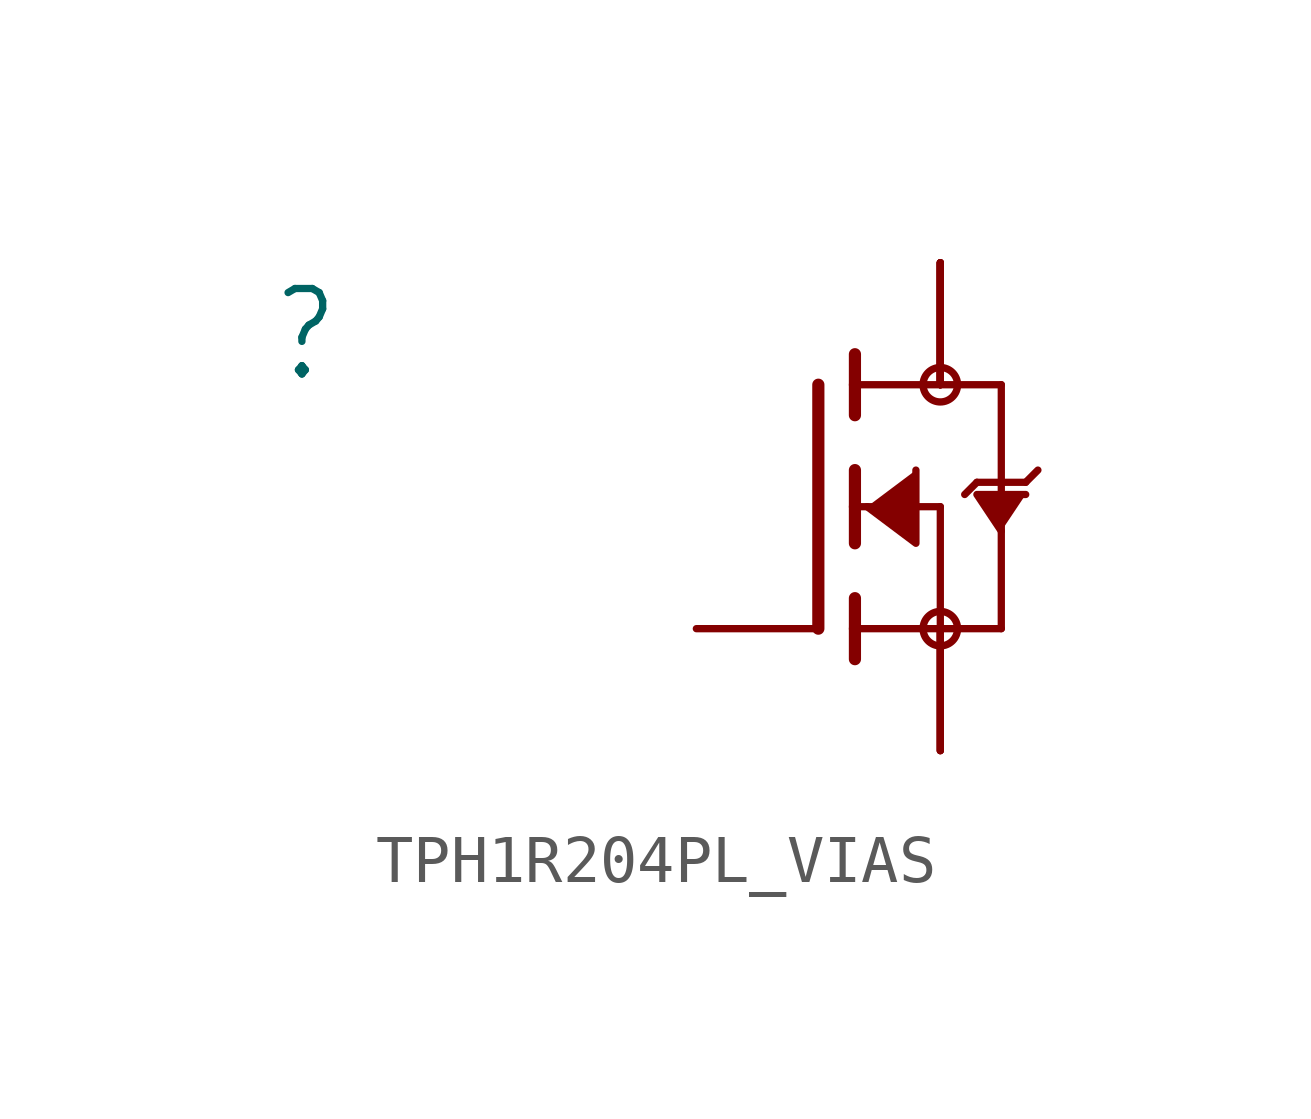
<source format=kicad_sym>
(kicad_symbol_lib
  (version 20241209)
  (generator "kicad_symbol_editor")
  (generator_version "9.0")
  (symbol "TPH1R204PL_VIAS"
    (property "Reference" ""
      (at -11.43 2.54 0)
      (effects (font (size 1.778 1.511)) (justify left bottom)))
    (property "Value" ""
      (at -11.43 0 0)
      (effects (font (size 1.778 1.511)) (justify left bottom)))
    (property "ki_locked" ""
      (at 0 0 0)
      (effects (font (size 1.27 1.27))))
    (symbol "TPH1R204PL_VIAS_1_0"
      (polyline (pts (xy 0 2.54) (xy 0 -2.54)) (stroke (width 0.254) (type solid)) (fill (type none)))
      (polyline (pts (xy 0.762 3.175) (xy 0.762 2.54)) (stroke (width 0.254) (type solid)) (fill (type none)))
      (polyline (pts (xy 0.762 2.54) (xy 0.762 1.905)) (stroke (width 0.254) (type solid)) (fill (type none)))
      (polyline (pts (xy 0.762 2.54) (xy 3.81 2.54)) (stroke (width 0.152) (type solid)) (fill (type none)))
      (polyline (pts (xy 0.762 0.762) (xy 0.762 0)) (stroke (width 0.254) (type solid)) (fill (type none)))
      (polyline (pts (xy 0.762 0) (xy 0.762 -0.762)) (stroke (width 0.254) (type solid)) (fill (type none)))
      (polyline (pts (xy 0.762 0) (xy 2.54 0)) (stroke (width 0.152) (type solid)) (fill (type none)))
      (polyline (pts (xy 0.762 -1.905) (xy 0.762 -2.54)) (stroke (width 0.254) (type solid)) (fill (type none)))
      (polyline (pts (xy 0.762 -2.54) (xy 0.762 -3.175)) (stroke (width 0.254) (type solid)) (fill (type none)))
      (polyline (pts (xy 1.016 0) (xy 2.032 -0.762) (xy 2.032 0.762)) (stroke (width 0.152) (type solid)) (fill (type outline)))
      (circle (center 2.54 2.54) (radius 0.359) (stroke (width 0) (type solid)) (fill (type none)))
      (polyline (pts (xy 2.54 0) (xy 2.54 -2.54)) (stroke (width 0.152) (type solid)) (fill (type none)))
      (polyline (pts (xy 2.54 -2.54) (xy 0.762 -2.54)) (stroke (width 0.152) (type solid)) (fill (type none)))
      (polyline (pts (xy 2.54 -2.54) (xy 3.81 -2.54)) (stroke (width 0.152) (type solid)) (fill (type none)))
      (circle (center 2.54 -2.54) (radius 0.359) (stroke (width 0) (type solid)) (fill (type none)))
      (polyline (pts (xy 3.302 0.508) (xy 3.048 0.254)) (stroke (width 0.152) (type solid)) (fill (type none)))
      (polyline (pts (xy 3.81 2.54) (xy 3.81 0.508)) (stroke (width 0.152) (type solid)) (fill (type none)))
      (polyline (pts (xy 3.81 0.508) (xy 3.302 0.508)) (stroke (width 0.152) (type solid)) (fill (type none)))
      (polyline (pts (xy 3.81 0.508) (xy 3.81 -2.54)) (stroke (width 0.152) (type solid)) (fill (type none)))
      (polyline (pts (xy 3.81 -0.508) (xy 3.302 0.254) (xy 4.318 0.254)) (stroke (width 0.152) (type solid)) (fill (type outline)))
      (polyline (pts (xy 4.318 0.508) (xy 3.81 0.508)) (stroke (width 0.152) (type solid)) (fill (type none)))
      (polyline (pts (xy 4.572 0.762) (xy 4.318 0.508)) (stroke (width 0.152) (type solid)) (fill (type none)))
      (pin passive line (at -2.54 -2.54 0) (length 2.54) (name "G" (effects (font (size 0 0)))) (number "4" (effects (font (size 0 0)))))
      (pin passive line (at 2.54 5.08 270) (length 2.54) (name "D" (effects (font (size 0 0)))) (number "5" (effects (font (size 0 0)))))
      (pin passive line (at 2.54 5.08 270) (length 2.54) (name "D" (effects (font (size 0 0)))) (number "6" (effects (font (size 0 0)))))
      (pin passive line (at 2.54 5.08 270) (length 2.54) (name "D" (effects (font (size 0 0)))) (number "7" (effects (font (size 0 0)))))
      (pin passive line (at 2.54 5.08 270) (length 2.54) (name "D" (effects (font (size 0 0)))) (number "8" (effects (font (size 0 0)))))
      (pin passive line (at 2.54 5.08 270) (length 2.54) (name "D" (effects (font (size 0 0)))) (number "PAD" (effects (font (size 0 0)))))
      (pin passive line (at 2.54 -5.08 90) (length 2.54) (name "S" (effects (font (size 0 0)))) (number "1" (effects (font (size 0 0)))))
      (pin passive line (at 2.54 -5.08 90) (length 2.54) (name "S" (effects (font (size 0 0)))) (number "2" (effects (font (size 0 0)))))
      (pin passive line (at 2.54 -5.08 90) (length 2.54) (name "S" (effects (font (size 0 0)))) (number "3" (effects (font (size 0 0))))))))
</source>
